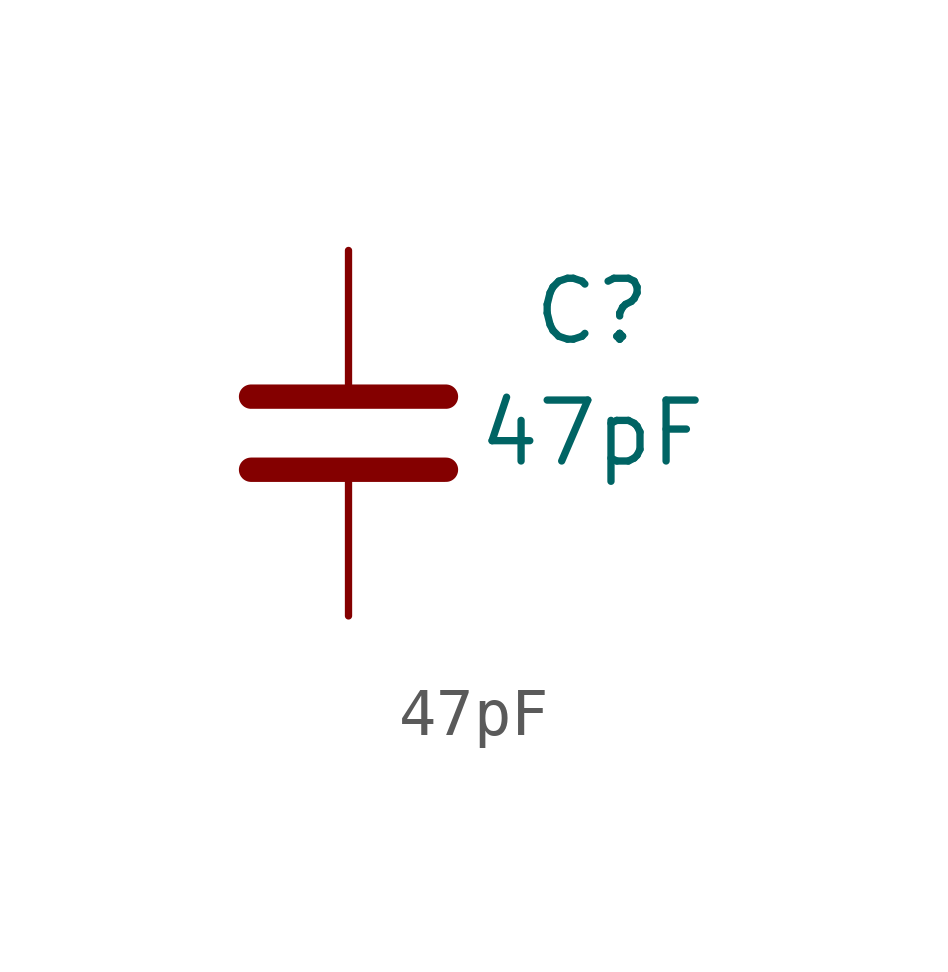
<source format=kicad_sym>
(kicad_symbol_lib
  (version 20211014)
  (generator kicad_symbol_editor)
  (symbol "47pF"
    (pin_numbers hide)
    (pin_names
      (offset 1.016) hide)
    (property "Reference" "C"
      (at 5.08 2.54 0)
      (effects (font (size 1.27 1.27))))
    (property "Value" "47pF"
      (at 5.08 0 0)
      (effects (font (size 1.27 1.27))))
    (symbol "47pF_1_1"
      (polyline (pts (xy -2.032 -0.762) (xy 2.032 -0.762)) (stroke (width 0.508) (type default) (color 0 0 0 0)) (fill (type none)))
      (polyline (pts (xy -2.032 0.762) (xy 2.032 0.762)) (stroke (width 0.508) (type default) (color 0 0 0 0)) (fill (type none)))
      (pin passive line (at 0 3.81 270) (length 2.794) (name "~" (effects (font (size 1.27 1.27)))) (number "1" (effects (font (size 1.27 1.27)))))
      (pin passive line (at 0 -3.81 90) (length 2.794) (name "~" (effects (font (size 1.27 1.27)))) (number "2" (effects (font (size 1.27 1.27))))))))
</source>
